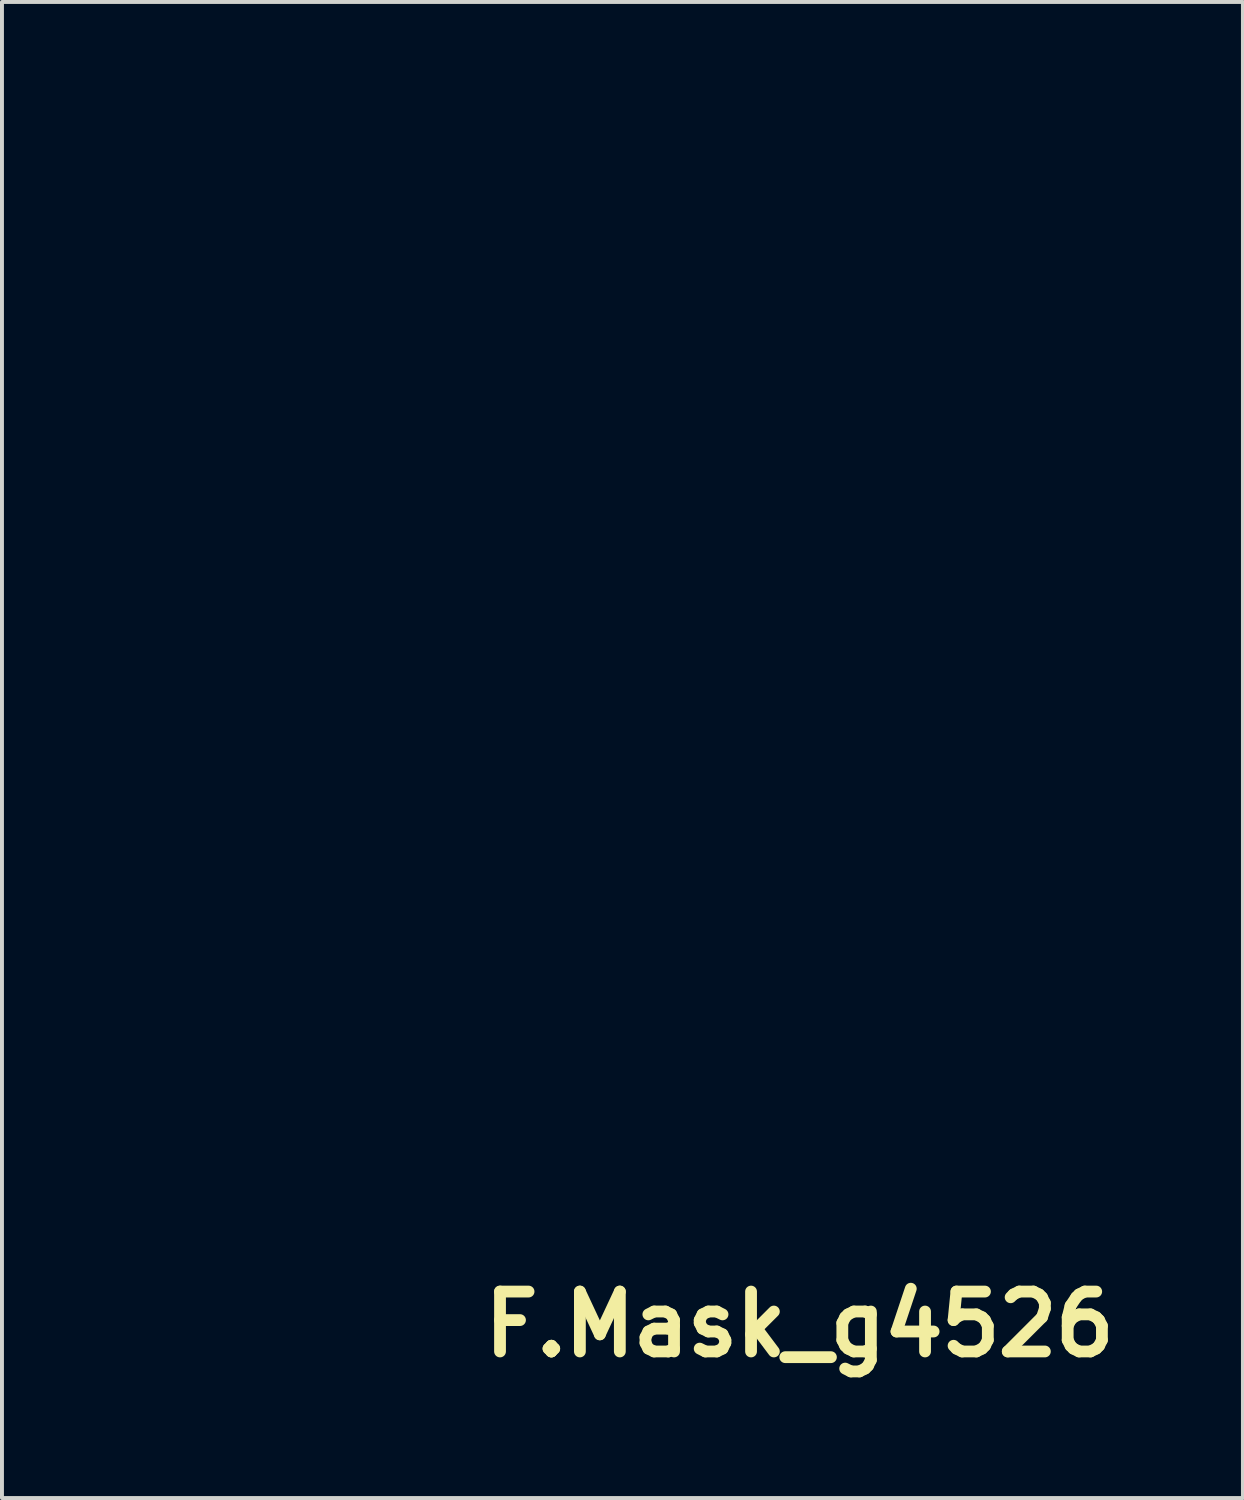
<source format=kicad_pcb>
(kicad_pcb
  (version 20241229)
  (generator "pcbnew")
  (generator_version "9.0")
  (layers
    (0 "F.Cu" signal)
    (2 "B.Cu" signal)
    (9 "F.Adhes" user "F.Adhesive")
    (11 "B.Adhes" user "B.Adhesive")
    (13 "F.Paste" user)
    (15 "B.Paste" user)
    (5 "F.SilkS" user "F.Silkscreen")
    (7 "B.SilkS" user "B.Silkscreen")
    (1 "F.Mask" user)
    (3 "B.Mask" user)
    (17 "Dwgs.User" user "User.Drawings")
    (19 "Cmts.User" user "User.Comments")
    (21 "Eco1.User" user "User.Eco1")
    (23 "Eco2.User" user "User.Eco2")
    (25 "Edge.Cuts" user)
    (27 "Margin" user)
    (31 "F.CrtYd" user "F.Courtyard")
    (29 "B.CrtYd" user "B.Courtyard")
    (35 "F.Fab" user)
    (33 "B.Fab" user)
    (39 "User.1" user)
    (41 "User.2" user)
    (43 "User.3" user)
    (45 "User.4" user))
  (footprint "F.Mask_g4526"
    (layer "F.Cu")
    (at 17.291 30.643)
    (property "Reference" "F.Mask_g4526" (at 0 0 0) (layer "F.SilkS") (effects (font (size 1.524 1.524) (thickness 0.3))))
    (attr through_hole)
    (fp_poly (pts (xy -17.128 -30.632) (xy -17.027 -30.609) (xy -16.889 -30.574) (xy -16.618 -30.5) (xy -16.233 -29.591) (xy -16.092 -29.263) (xy -15.927 -28.889) (xy -15.75 -28.497) (xy -15.575 -28.118) (xy -15.415 -27.779) (xy -15.401 -27.75) (xy -15.244 -27.415) (xy -15.072 -27.034) (xy -14.898 -26.637) (xy -14.736 -26.254) (xy -14.598 -25.914) (xy -14.587 -25.887) (xy -14.222 -24.956) (xy -13.75 -24.32) (xy -13.277 -23.686) (xy -13.203 -23.208) (xy -13.129 -22.73) (xy -12.687 -22.177) (xy -12.245 -21.624) (xy -12.108 -21.109) (xy -12.048 -20.894) (xy -11.992 -20.723) (xy -11.929 -20.572) (xy -11.848 -20.417) (xy -11.737 -20.233) (xy -11.635 -20.072) (xy -11.501 -19.86) (xy -11.402 -19.691) (xy -11.327 -19.541) (xy -11.265 -19.384) (xy -11.205 -19.197) (xy -11.136 -18.954) (xy -11.131 -18.936) (xy -10.962 -18.322) (xy -10.61 -17.914) (xy -10.258 -17.505) (xy -10.167 -17.039) (xy -10.117 -16.804) (xy -10.058 -16.555) (xy -9.999 -16.331) (xy -9.97 -16.231) (xy -9.865 -15.889) (xy -9.21 -15.428) (xy -9.115 -15.091) (xy -9.068 -14.889) (xy -9.033 -14.677) (xy -9.018 -14.498) (xy -9.018 -14.489) (xy -9.017 -14.224) (xy -9.155 -14.222) (xy -9.241 -14.219) (xy -9.395 -14.209) (xy -9.6 -14.196) (xy -9.839 -14.179) (xy -10.054 -14.163) (xy -10.762 -14.085) (xy -11.502 -13.956) (xy -12.287 -13.774) (xy -12.806 -13.633) (xy -13.017 -13.572) (xy -13.199 -13.521) (xy -13.336 -13.484) (xy -13.413 -13.464) (xy -13.424 -13.462) (xy -13.442 -13.501) (xy -13.471 -13.606) (xy -13.507 -13.761) (xy -13.54 -13.917) (xy -13.582 -14.161) (xy -13.621 -14.429) (xy -13.649 -14.678) (xy -13.657 -14.774) (xy -13.684 -15.177) (xy -14.087 -15.887) (xy -14.489 -16.597) (xy -14.459 -17.161) (xy -14.43 -17.725) (xy -15.119 -19.014) (xy -15.089 -19.489) (xy -15.06 -19.964) (xy -15.579 -21.084) (xy -15.579 -22.095) (xy -15.833 -22.814) (xy -15.923 -23.071) (xy -15.989 -23.267) (xy -16.034 -23.419) (xy -16.063 -23.546) (xy -16.079 -23.666) (xy -16.086 -23.797) (xy -16.088 -23.957) (xy -16.088 -24.011) (xy -16.089 -24.49) (xy -16.504 -25.3) (xy -16.919 -26.111) (xy -16.796 -26.507) (xy -16.742 -26.686) (xy -16.7 -26.843) (xy -16.676 -26.954) (xy -16.672 -26.988) (xy -16.683 -27.05) (xy -16.716 -27.182) (xy -16.766 -27.371) (xy -16.832 -27.605) (xy -16.909 -27.872) (xy -16.978 -28.109) (xy -17.286 -29.146) (xy -17.233 -29.887) (xy -17.215 -30.128) (xy -17.199 -30.337) (xy -17.185 -30.5) (xy -17.175 -30.605) (xy -17.171 -30.638) (xy -17.128 -30.632)) (stroke (width 0.01) (type solid)) (fill yes) (layer "F.Mask")))
  (gr_rect
    (start -3 -3)
    (end 28.571 35.061)
    (stroke (width 0.1) (type default))
    (fill no)
    (layer "Edge.Cuts")))
</source>
